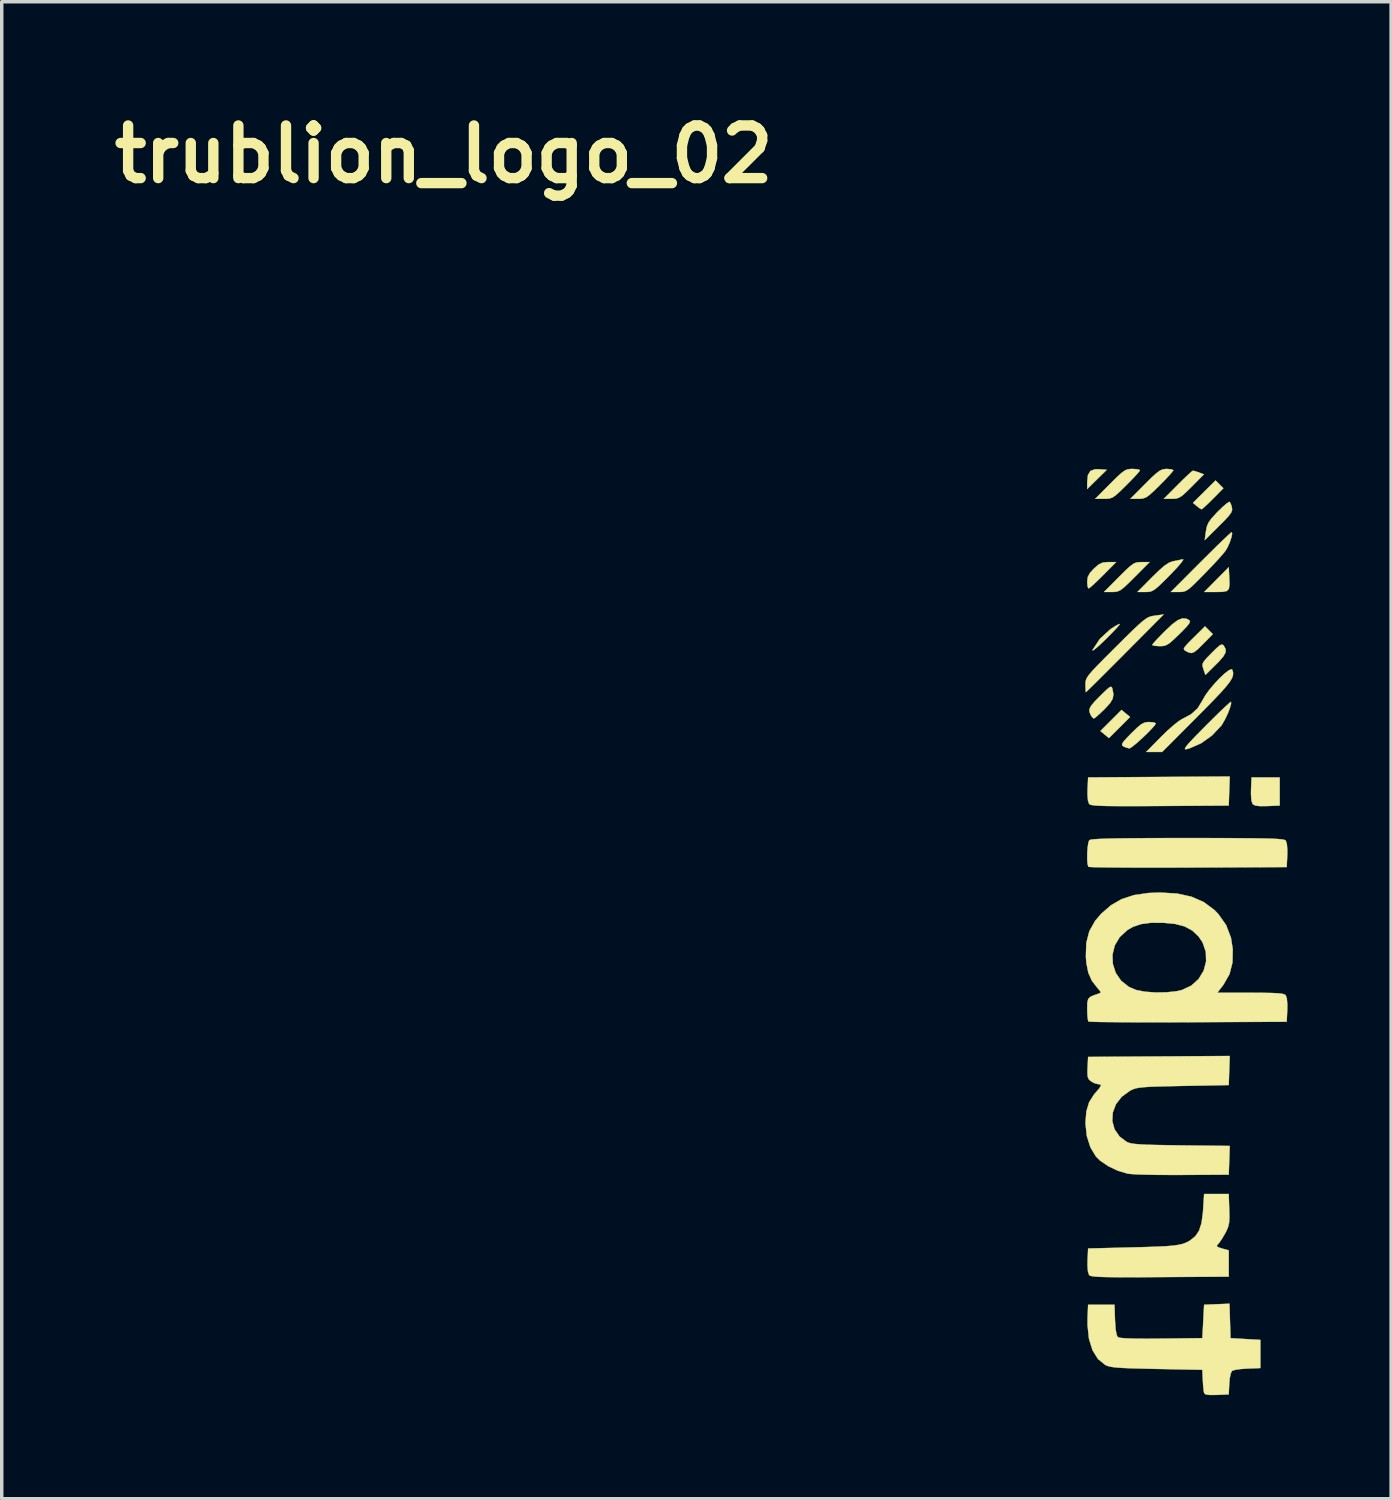
<source format=kicad_pcb>
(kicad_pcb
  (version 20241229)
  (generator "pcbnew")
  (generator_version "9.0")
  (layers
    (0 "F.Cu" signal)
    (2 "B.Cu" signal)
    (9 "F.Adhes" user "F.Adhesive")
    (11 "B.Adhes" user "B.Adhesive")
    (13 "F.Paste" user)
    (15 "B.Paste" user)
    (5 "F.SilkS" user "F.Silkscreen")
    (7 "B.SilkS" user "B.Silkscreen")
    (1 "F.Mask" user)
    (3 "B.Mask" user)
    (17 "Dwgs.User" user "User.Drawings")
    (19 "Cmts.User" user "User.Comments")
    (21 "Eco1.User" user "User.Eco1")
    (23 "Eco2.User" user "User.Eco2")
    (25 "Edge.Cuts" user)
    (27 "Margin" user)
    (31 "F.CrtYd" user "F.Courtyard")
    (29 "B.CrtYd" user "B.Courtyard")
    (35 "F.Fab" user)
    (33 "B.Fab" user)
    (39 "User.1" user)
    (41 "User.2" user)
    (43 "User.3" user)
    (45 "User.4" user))
  (footprint "trublion_logo_02"
    (layer "F.Cu")
    (at 9.804 1.418)
    (property "Reference" "trublion_logo_02" (at 0 0 0) (layer "F.SilkS") (effects (font (size 1.524 1.524) (thickness 0.3))))
    (attr through_hole)
    (fp_poly (pts (xy 19.195 9.137) (xy 18.912 9.415) (xy 18.63 9.693) (xy 18.63 9.488) (xy 18.651 9.288) (xy 18.722 9.17) (xy 18.855 9.121) (xy 18.978 9.121) (xy 19.195 9.137)) (stroke (width 0.01) (type solid)) (fill yes) (layer "F.SilkS"))
    (fp_poly (pts (xy 19.746 16.192) (xy 19.87 16.294) (xy 19.565 16.6) (xy 19.259 16.905) (xy 19.136 16.803) (xy 19.012 16.701) (xy 19.317 16.396) (xy 19.623 16.09) (xy 19.746 16.192)) (stroke (width 0.01) (type solid)) (fill yes) (layer "F.SilkS"))
    (fp_poly (pts (xy 22.743 12.247) (xy 22.75 12.455) (xy 22.732 12.581) (xy 22.67 12.647) (xy 22.546 12.671) (xy 22.362 12.675) (xy 22.018 12.675) (xy 22.373 12.316) (xy 22.728 11.958) (xy 22.743 12.247)) (stroke (width 0.01) (type solid)) (fill yes) (layer "F.SilkS"))
    (fp_poly (pts (xy 24.204 18.859) (xy 23.843 18.874) (xy 23.629 18.876) (xy 23.495 18.858) (xy 23.424 18.819) (xy 23.42 18.815) (xy 23.386 18.714) (xy 23.372 18.531) (xy 23.374 18.393) (xy 23.389 18.045) (xy 24.204 18.045) (xy 24.204 18.859)) (stroke (width 0.01) (type solid)) (fill yes) (layer "F.SilkS"))
    (fp_poly (pts (xy 22.459 9.558) (xy 22.572 9.671) (xy 22.27 9.977) (xy 22.129 10.116) (xy 22.016 10.221) (xy 21.95 10.276) (xy 21.94 10.28) (xy 21.886 10.25) (xy 21.802 10.186) (xy 21.692 10.094) (xy 22.019 9.769) (xy 22.346 9.445) (xy 22.459 9.558)) (stroke (width 0.01) (type solid)) (fill yes) (layer "F.SilkS"))
    (fp_poly (pts (xy 22.153 13.783) (xy 22.266 13.896) (xy 21.99 14.176) (xy 21.837 14.327) (xy 21.732 14.412) (xy 21.651 14.443) (xy 21.573 14.429) (xy 21.493 14.389) (xy 21.443 14.356) (xy 21.427 14.319) (xy 21.457 14.263) (xy 21.539 14.169) (xy 21.684 14.023) (xy 21.71 13.998) (xy 22.041 13.67) (xy 22.153 13.783)) (stroke (width 0.01) (type solid)) (fill yes) (layer "F.SilkS"))
    (fp_poly (pts (xy 19.088 12.191) (xy 18.929 12.348) (xy 18.794 12.474) (xy 18.702 12.553) (xy 18.67 12.573) (xy 18.644 12.528) (xy 18.631 12.416) (xy 18.63 12.379) (xy 18.646 12.241) (xy 18.709 12.123) (xy 18.823 11.998) (xy 18.957 11.881) (xy 19.074 11.825) (xy 19.22 11.809) (xy 19.242 11.809) (xy 19.467 11.809) (xy 19.088 12.191)) (stroke (width 0.01) (type solid)) (fill yes) (layer "F.SilkS"))
    (fp_poly (pts (xy 19.548 13.643) (xy 19.462 13.74) (xy 19.329 13.879) (xy 19.163 14.046) (xy 19.157 14.052) (xy 18.997 14.204) (xy 18.874 14.313) (xy 18.798 14.368) (xy 18.781 14.36) (xy 18.783 14.354) (xy 18.998 14.031) (xy 19.291 13.762) (xy 19.322 13.74) (xy 19.452 13.656) (xy 19.545 13.607) (xy 19.574 13.601) (xy 19.548 13.643)) (stroke (width 0.01) (type solid)) (fill yes) (layer "F.SilkS"))
    (fp_poly (pts (xy 20.004 12.242) (xy 19.82 12.425) (xy 19.688 12.548) (xy 19.59 12.622) (xy 19.506 12.66) (xy 19.419 12.673) (xy 19.345 12.675) (xy 19.116 12.675) (xy 19.546 12.242) (xy 19.731 12.058) (xy 19.863 11.936) (xy 19.961 11.862) (xy 20.044 11.824) (xy 20.131 11.811) (xy 20.206 11.809) (xy 20.435 11.809) (xy 20.004 12.242)) (stroke (width 0.01) (type solid)) (fill yes) (layer "F.SilkS"))
    (fp_poly (pts (xy 21.762 9.179) (xy 21.868 9.215) (xy 22.008 9.269) (xy 21.657 9.623) (xy 21.491 9.786) (xy 21.373 9.89) (xy 21.281 9.947) (xy 21.191 9.972) (xy 21.082 9.977) (xy 21.076 9.977) (xy 20.847 9.977) (xy 21.252 9.57) (xy 21.416 9.407) (xy 21.555 9.275) (xy 21.653 9.189) (xy 21.692 9.162) (xy 21.762 9.179)) (stroke (width 0.01) (type solid)) (fill yes) (layer "F.SilkS"))
    (fp_poly (pts (xy 22.57 14.214) (xy 22.587 14.235) (xy 22.638 14.33) (xy 22.636 14.425) (xy 22.574 14.538) (xy 22.445 14.687) (xy 22.352 14.78) (xy 22.054 15.076) (xy 21.995 14.909) (xy 21.97 14.823) (xy 21.972 14.753) (xy 22.014 14.677) (xy 22.106 14.571) (xy 22.23 14.444) (xy 22.376 14.3) (xy 22.47 14.22) (xy 22.529 14.195) (xy 22.57 14.214)) (stroke (width 0.01) (type solid)) (fill yes) (layer "F.SilkS"))
    (fp_poly (pts (xy 22.742 18.439) (xy 22.728 18.859) (xy 20.736 18.872) (xy 20.222 18.875) (xy 19.8 18.876) (xy 19.462 18.875) (xy 19.199 18.872) (xy 19.001 18.866) (xy 18.859 18.857) (xy 18.765 18.845) (xy 18.71 18.83) (xy 18.685 18.813) (xy 18.652 18.716) (xy 18.638 18.539) (xy 18.64 18.393) (xy 18.656 18.045) (xy 20.706 18.031) (xy 22.757 18.018) (xy 22.742 18.439)) (stroke (width 0.01) (type solid)) (fill yes) (layer "F.SilkS"))
    (fp_poly (pts (xy 22.757 10.066) (xy 22.794 10.141) (xy 22.821 10.234) (xy 22.826 10.301) (xy 22.799 10.374) (xy 22.729 10.47) (xy 22.606 10.604) (xy 22.442 10.768) (xy 22.033 11.173) (xy 22.068 10.918) (xy 22.094 10.782) (xy 22.141 10.668) (xy 22.226 10.549) (xy 22.365 10.396) (xy 22.413 10.346) (xy 22.555 10.209) (xy 22.671 10.11) (xy 22.744 10.065) (xy 22.757 10.066)) (stroke (width 0.01) (type solid)) (fill yes) (layer "F.SilkS"))
    (fp_poly (pts (xy 19.343 15.434) (xy 19.36 15.483) (xy 19.388 15.636) (xy 19.368 15.764) (xy 19.291 15.894) (xy 19.145 16.054) (xy 19.125 16.074) (xy 18.99 16.202) (xy 18.883 16.297) (xy 18.824 16.339) (xy 18.821 16.339) (xy 18.772 16.3) (xy 18.734 16.241) (xy 18.695 16.149) (xy 18.695 16.065) (xy 18.743 15.969) (xy 18.849 15.843) (xy 19.005 15.685) (xy 19.159 15.534) (xy 19.256 15.448) (xy 19.313 15.418) (xy 19.343 15.434)) (stroke (width 0.01) (type solid)) (fill yes) (layer "F.SilkS"))
    (fp_poly (pts (xy 20.072 9.12) (xy 20.149 9.14) (xy 20.157 9.151) (xy 20.123 9.201) (xy 20.031 9.305) (xy 19.895 9.448) (xy 19.761 9.583) (xy 19.586 9.756) (xy 19.461 9.869) (xy 19.367 9.935) (xy 19.281 9.966) (xy 19.184 9.976) (xy 19.114 9.977) (xy 18.861 9.977) (xy 19.292 9.544) (xy 19.477 9.36) (xy 19.61 9.237) (xy 19.709 9.163) (xy 19.792 9.126) (xy 19.878 9.113) (xy 19.94 9.111) (xy 20.072 9.12)) (stroke (width 0.01) (type solid)) (fill yes) (layer "F.SilkS"))
    (fp_poly (pts (xy 21.055 9.121) (xy 21.121 9.144) (xy 21.124 9.151) (xy 21.09 9.201) (xy 20.998 9.305) (xy 20.863 9.448) (xy 20.729 9.583) (xy 20.552 9.757) (xy 20.425 9.87) (xy 20.33 9.936) (xy 20.244 9.967) (xy 20.149 9.976) (xy 20.106 9.977) (xy 19.879 9.977) (xy 20.31 9.544) (xy 20.497 9.358) (xy 20.633 9.235) (xy 20.734 9.161) (xy 20.818 9.124) (xy 20.903 9.112) (xy 20.932 9.111) (xy 21.055 9.121)) (stroke (width 0.01) (type solid)) (fill yes) (layer "F.SilkS"))
    (fp_poly (pts (xy 21.408 11.748) (xy 21.349 11.83) (xy 21.238 11.96) (xy 21.083 12.125) (xy 21.023 12.186) (xy 20.828 12.383) (xy 20.686 12.518) (xy 20.582 12.603) (xy 20.498 12.65) (xy 20.419 12.67) (xy 20.327 12.675) (xy 20.312 12.675) (xy 20.083 12.675) (xy 20.509 12.246) (xy 20.716 12.045) (xy 20.872 11.91) (xy 20.995 11.829) (xy 21.101 11.789) (xy 21.119 11.785) (xy 21.272 11.755) (xy 21.397 11.727) (xy 21.404 11.725) (xy 21.408 11.748)) (stroke (width 0.01) (type solid)) (fill yes) (layer "F.SilkS"))
    (fp_poly (pts (xy 21.498 13.447) (xy 21.582 13.49) (xy 21.606 13.525) (xy 21.583 13.585) (xy 21.507 13.681) (xy 21.366 13.827) (xy 21.299 13.893) (xy 21.129 14.056) (xy 21.008 14.16) (xy 20.914 14.216) (xy 20.825 14.24) (xy 20.726 14.243) (xy 20.595 14.235) (xy 20.52 14.216) (xy 20.513 14.207) (xy 20.547 14.159) (xy 20.639 14.057) (xy 20.773 13.918) (xy 20.884 13.806) (xy 21.091 13.611) (xy 21.253 13.491) (xy 21.384 13.439) (xy 21.498 13.447)) (stroke (width 0.01) (type solid)) (fill yes) (layer "F.SilkS"))
    (fp_poly (pts (xy 20.546 16.451) (xy 20.612 16.474) (xy 20.615 16.481) (xy 20.58 16.541) (xy 20.486 16.646) (xy 20.355 16.78) (xy 20.207 16.921) (xy 20.062 17.051) (xy 19.94 17.15) (xy 19.862 17.201) (xy 19.85 17.203) (xy 19.746 17.177) (xy 19.681 17.147) (xy 19.642 17.114) (xy 19.641 17.07) (xy 19.689 16.998) (xy 19.794 16.883) (xy 19.908 16.766) (xy 20.071 16.608) (xy 20.188 16.51) (xy 20.283 16.46) (xy 20.378 16.442) (xy 20.423 16.441) (xy 20.546 16.451)) (stroke (width 0.01) (type solid)) (fill yes) (layer "F.SilkS"))
    (fp_poly (pts (xy 22.794 15.854) (xy 22.795 15.918) (xy 22.759 16.043) (xy 22.697 16.202) (xy 22.619 16.365) (xy 22.539 16.506) (xy 22.509 16.549) (xy 22.243 16.831) (xy 21.927 17.056) (xy 21.589 17.204) (xy 21.506 17.226) (xy 21.464 17.228) (xy 21.46 17.201) (xy 21.502 17.138) (xy 21.595 17.03) (xy 21.746 16.87) (xy 21.962 16.65) (xy 22.063 16.548) (xy 22.281 16.331) (xy 22.474 16.142) (xy 22.631 15.993) (xy 22.741 15.894) (xy 22.792 15.854) (xy 22.794 15.854)) (stroke (width 0.01) (type solid)) (fill yes) (layer "F.SilkS"))
    (fp_poly (pts (xy 22.827 10.985) (xy 22.807 11.088) (xy 22.761 11.226) (xy 22.7 11.367) (xy 22.637 11.478) (xy 22.563 11.57) (xy 22.434 11.716) (xy 22.266 11.898) (xy 22.075 12.097) (xy 22.021 12.153) (xy 21.819 12.357) (xy 21.673 12.5) (xy 21.565 12.592) (xy 21.481 12.644) (xy 21.404 12.668) (xy 21.319 12.674) (xy 21.28 12.675) (xy 21.049 12.675) (xy 21.913 11.809) (xy 22.156 11.568) (xy 22.375 11.352) (xy 22.561 11.172) (xy 22.702 11.038) (xy 22.789 10.96) (xy 22.812 10.944) (xy 22.827 10.985)) (stroke (width 0.01) (type solid)) (fill yes) (layer "F.SilkS"))
    (fp_poly (pts (xy 22.831 14.926) (xy 22.853 15.001) (xy 22.852 15.078) (xy 22.824 15.165) (xy 22.761 15.272) (xy 22.656 15.407) (xy 22.503 15.581) (xy 22.294 15.801) (xy 22.024 16.077) (xy 21.814 16.288) (xy 20.799 17.307) (xy 20.338 17.307) (xy 20.769 16.869) (xy 20.955 16.688) (xy 21.134 16.53) (xy 21.285 16.411) (xy 21.379 16.354) (xy 21.64 16.214) (xy 21.827 16.044) (xy 21.964 15.82) (xy 21.969 15.81) (xy 22.05 15.668) (xy 22.169 15.505) (xy 22.31 15.337) (xy 22.458 15.179) (xy 22.599 15.045) (xy 22.719 14.951) (xy 22.802 14.911) (xy 22.831 14.926)) (stroke (width 0.01) (type solid)) (fill yes) (layer "F.SilkS"))
    (fp_poly (pts (xy 19.725 14.451) (xy 19.449 14.728) (xy 19.197 14.98) (xy 18.978 15.199) (xy 18.8 15.375) (xy 18.671 15.501) (xy 18.602 15.568) (xy 18.592 15.576) (xy 18.584 15.531) (xy 18.58 15.416) (xy 18.579 15.359) (xy 18.581 15.289) (xy 18.593 15.226) (xy 18.623 15.158) (xy 18.68 15.074) (xy 18.772 14.966) (xy 18.908 14.821) (xy 19.095 14.63) (xy 19.344 14.381) (xy 19.457 14.268) (xy 19.732 13.995) (xy 19.946 13.785) (xy 20.11 13.63) (xy 20.235 13.52) (xy 20.332 13.448) (xy 20.412 13.403) (xy 20.486 13.378) (xy 20.564 13.364) (xy 20.59 13.36) (xy 20.844 13.326) (xy 19.725 14.451)) (stroke (width 0.01) (type solid)) (fill yes) (layer "F.SilkS"))
    (fp_poly (pts (xy 22.152 19.801) (xy 22.674 19.802) (xy 23.11 19.805) (xy 23.466 19.808) (xy 23.751 19.813) (xy 23.972 19.819) (xy 24.137 19.827) (xy 24.253 19.837) (xy 24.327 19.85) (xy 24.368 19.864) (xy 24.378 19.873) (xy 24.411 19.968) (xy 24.425 20.143) (xy 24.423 20.293) (xy 24.407 20.641) (xy 21.553 20.654) (xy 21.023 20.656) (xy 20.524 20.656) (xy 20.065 20.656) (xy 19.655 20.654) (xy 19.304 20.651) (xy 19.02 20.647) (xy 18.813 20.643) (xy 18.693 20.637) (xy 18.664 20.633) (xy 18.641 20.557) (xy 18.63 20.415) (xy 18.631 20.24) (xy 18.643 20.067) (xy 18.665 19.928) (xy 18.691 19.862) (xy 18.731 19.848) (xy 18.825 19.836) (xy 18.979 19.826) (xy 19.198 19.818) (xy 19.489 19.811) (xy 19.857 19.807) (xy 20.309 19.803) (xy 20.851 19.801) (xy 21.488 19.801) (xy 21.535 19.801) (xy 22.152 19.801)) (stroke (width 0.01) (type solid)) (fill yes) (layer "F.SilkS"))
    (fp_poly (pts (xy 22.742 30.556) (xy 22.747 30.782) (xy 22.738 30.941) (xy 22.709 31.065) (xy 22.656 31.188) (xy 22.619 31.257) (xy 22.53 31.408) (xy 22.448 31.527) (xy 22.409 31.57) (xy 22.378 31.614) (xy 22.421 31.649) (xy 22.532 31.686) (xy 22.728 31.741) (xy 22.728 32.501) (xy 20.736 32.514) (xy 20.222 32.517) (xy 19.8 32.518) (xy 19.462 32.517) (xy 19.199 32.514) (xy 19.001 32.508) (xy 18.859 32.499) (xy 18.765 32.487) (xy 18.71 32.472) (xy 18.685 32.455) (xy 18.652 32.358) (xy 18.638 32.181) (xy 18.64 32.035) (xy 18.656 31.686) (xy 19.903 31.655) (xy 20.328 31.644) (xy 20.666 31.632) (xy 20.928 31.619) (xy 21.129 31.602) (xy 21.282 31.579) (xy 21.401 31.551) (xy 21.498 31.514) (xy 21.587 31.467) (xy 21.608 31.454) (xy 21.761 31.332) (xy 21.869 31.17) (xy 21.94 30.948) (xy 21.98 30.649) (xy 21.986 30.569) (xy 22.015 30.108) (xy 22.728 30.108) (xy 22.742 30.556)) (stroke (width 0.01) (type solid)) (fill yes) (layer "F.SilkS"))
    (fp_poly (pts (xy 22.764 33.784) (xy 22.779 34.282) (xy 23.211 34.308) (xy 23.644 34.333) (xy 23.644 35.148) (xy 23.264 35.163) (xy 23.071 35.177) (xy 22.915 35.2) (xy 22.826 35.228) (xy 22.821 35.231) (xy 22.785 35.307) (xy 22.756 35.451) (xy 22.743 35.597) (xy 22.728 35.911) (xy 22.383 35.926) (xy 22.178 35.928) (xy 22.06 35.911) (xy 22.016 35.875) (xy 22.001 35.791) (xy 21.986 35.642) (xy 21.978 35.504) (xy 21.964 35.199) (xy 20.641 35.173) (xy 20.228 35.164) (xy 19.905 35.155) (xy 19.658 35.145) (xy 19.475 35.132) (xy 19.342 35.116) (xy 19.247 35.096) (xy 19.177 35.07) (xy 19.152 35.057) (xy 18.94 34.885) (xy 18.783 34.631) (xy 18.681 34.303) (xy 18.639 33.908) (xy 18.64 33.693) (xy 18.656 33.315) (xy 19.419 33.315) (xy 19.434 33.756) (xy 19.451 34.02) (xy 19.482 34.189) (xy 19.516 34.253) (xy 19.587 34.274) (xy 19.746 34.288) (xy 19.996 34.296) (xy 20.34 34.299) (xy 20.774 34.296) (xy 21.964 34.282) (xy 22.015 33.315) (xy 22.382 33.3) (xy 22.749 33.285) (xy 22.764 33.784)) (stroke (width 0.01) (type solid)) (fill yes) (layer "F.SilkS"))
    (fp_poly (pts (xy 22.742 26.532) (xy 22.728 26.953) (xy 21.404 26.978) (xy 21 26.986) (xy 20.684 26.994) (xy 20.443 27.003) (xy 20.263 27.015) (xy 20.131 27.03) (xy 20.033 27.049) (xy 19.956 27.075) (xy 19.886 27.108) (xy 19.869 27.117) (xy 19.628 27.292) (xy 19.461 27.508) (xy 19.37 27.749) (xy 19.356 27.996) (xy 19.421 28.233) (xy 19.565 28.443) (xy 19.767 28.595) (xy 19.827 28.622) (xy 19.906 28.643) (xy 20.017 28.659) (xy 20.172 28.672) (xy 20.383 28.682) (xy 20.662 28.689) (xy 21.023 28.695) (xy 21.343 28.7) (xy 22.757 28.716) (xy 22.728 29.548) (xy 21.379 29.556) (xy 21.005 29.556) (xy 20.654 29.554) (xy 20.34 29.548) (xy 20.082 29.54) (xy 19.895 29.529) (xy 19.803 29.519) (xy 19.517 29.434) (xy 19.238 29.301) (xy 19.002 29.14) (xy 18.884 29.024) (xy 18.722 28.756) (xy 18.618 28.427) (xy 18.579 28.063) (xy 18.579 28.05) (xy 18.605 27.718) (xy 18.685 27.451) (xy 18.828 27.225) (xy 18.863 27.185) (xy 18.979 27.049) (xy 19.028 26.971) (xy 19.013 26.935) (xy 18.947 26.927) (xy 18.838 26.899) (xy 18.741 26.846) (xy 18.677 26.789) (xy 18.644 26.713) (xy 18.636 26.587) (xy 18.64 26.452) (xy 18.656 26.138) (xy 20.706 26.125) (xy 22.757 26.111) (xy 22.742 26.532)) (stroke (width 0.01) (type solid)) (fill yes) (layer "F.SilkS"))
    (fp_poly (pts (xy 21.235 21.408) (xy 21.651 21.499) (xy 22.005 21.655) (xy 22.308 21.88) (xy 22.425 21.999) (xy 22.652 22.32) (xy 22.792 22.686) (xy 22.844 23.019) (xy 22.836 23.406) (xy 22.75 23.741) (xy 22.58 24.04) (xy 22.567 24.059) (xy 22.397 24.28) (xy 23.358 24.28) (xy 23.71 24.282) (xy 23.972 24.287) (xy 24.158 24.296) (xy 24.281 24.311) (xy 24.352 24.332) (xy 24.378 24.352) (xy 24.411 24.448) (xy 24.425 24.622) (xy 24.423 24.772) (xy 24.407 25.12) (xy 21.553 25.133) (xy 21.023 25.135) (xy 20.524 25.136) (xy 20.065 25.135) (xy 19.655 25.133) (xy 19.304 25.13) (xy 19.02 25.127) (xy 18.813 25.122) (xy 18.693 25.116) (xy 18.664 25.112) (xy 18.647 25.047) (xy 18.634 24.911) (xy 18.63 24.754) (xy 18.633 24.572) (xy 18.658 24.462) (xy 18.725 24.395) (xy 18.856 24.341) (xy 18.956 24.308) (xy 19.014 24.282) (xy 19.011 24.241) (xy 18.942 24.158) (xy 18.924 24.139) (xy 18.764 23.932) (xy 18.662 23.703) (xy 18.606 23.421) (xy 18.591 23.237) (xy 18.593 23.177) (xy 19.361 23.177) (xy 19.372 23.448) (xy 19.455 23.705) (xy 19.61 23.931) (xy 19.834 24.109) (xy 20.043 24.199) (xy 20.293 24.249) (xy 20.6 24.272) (xy 20.921 24.268) (xy 21.215 24.237) (xy 21.37 24.202) (xy 21.645 24.073) (xy 21.858 23.88) (xy 22.002 23.64) (xy 22.073 23.372) (xy 22.064 23.094) (xy 21.971 22.823) (xy 21.855 22.651) (xy 21.67 22.477) (xy 21.446 22.357) (xy 21.165 22.285) (xy 20.844 22.255) (xy 20.483 22.253) (xy 20.194 22.291) (xy 19.956 22.371) (xy 19.797 22.462) (xy 19.572 22.667) (xy 19.427 22.911) (xy 19.361 23.177) (xy 18.593 23.177) (xy 18.603 22.841) (xy 18.69 22.501) (xy 18.859 22.198) (xy 19.033 21.994) (xy 19.317 21.747) (xy 19.629 21.568) (xy 19.986 21.452) (xy 20.405 21.391) (xy 20.746 21.379) (xy 21.235 21.408)) (stroke (width 0.01) (type solid)) (fill yes) (layer "F.SilkS")))
  (gr_rect
    (start -3 -3)
    (end 37.234 40.351)
    (stroke (width 0.1) (type default))
    (fill no)
    (layer "Edge.Cuts")))
</source>
